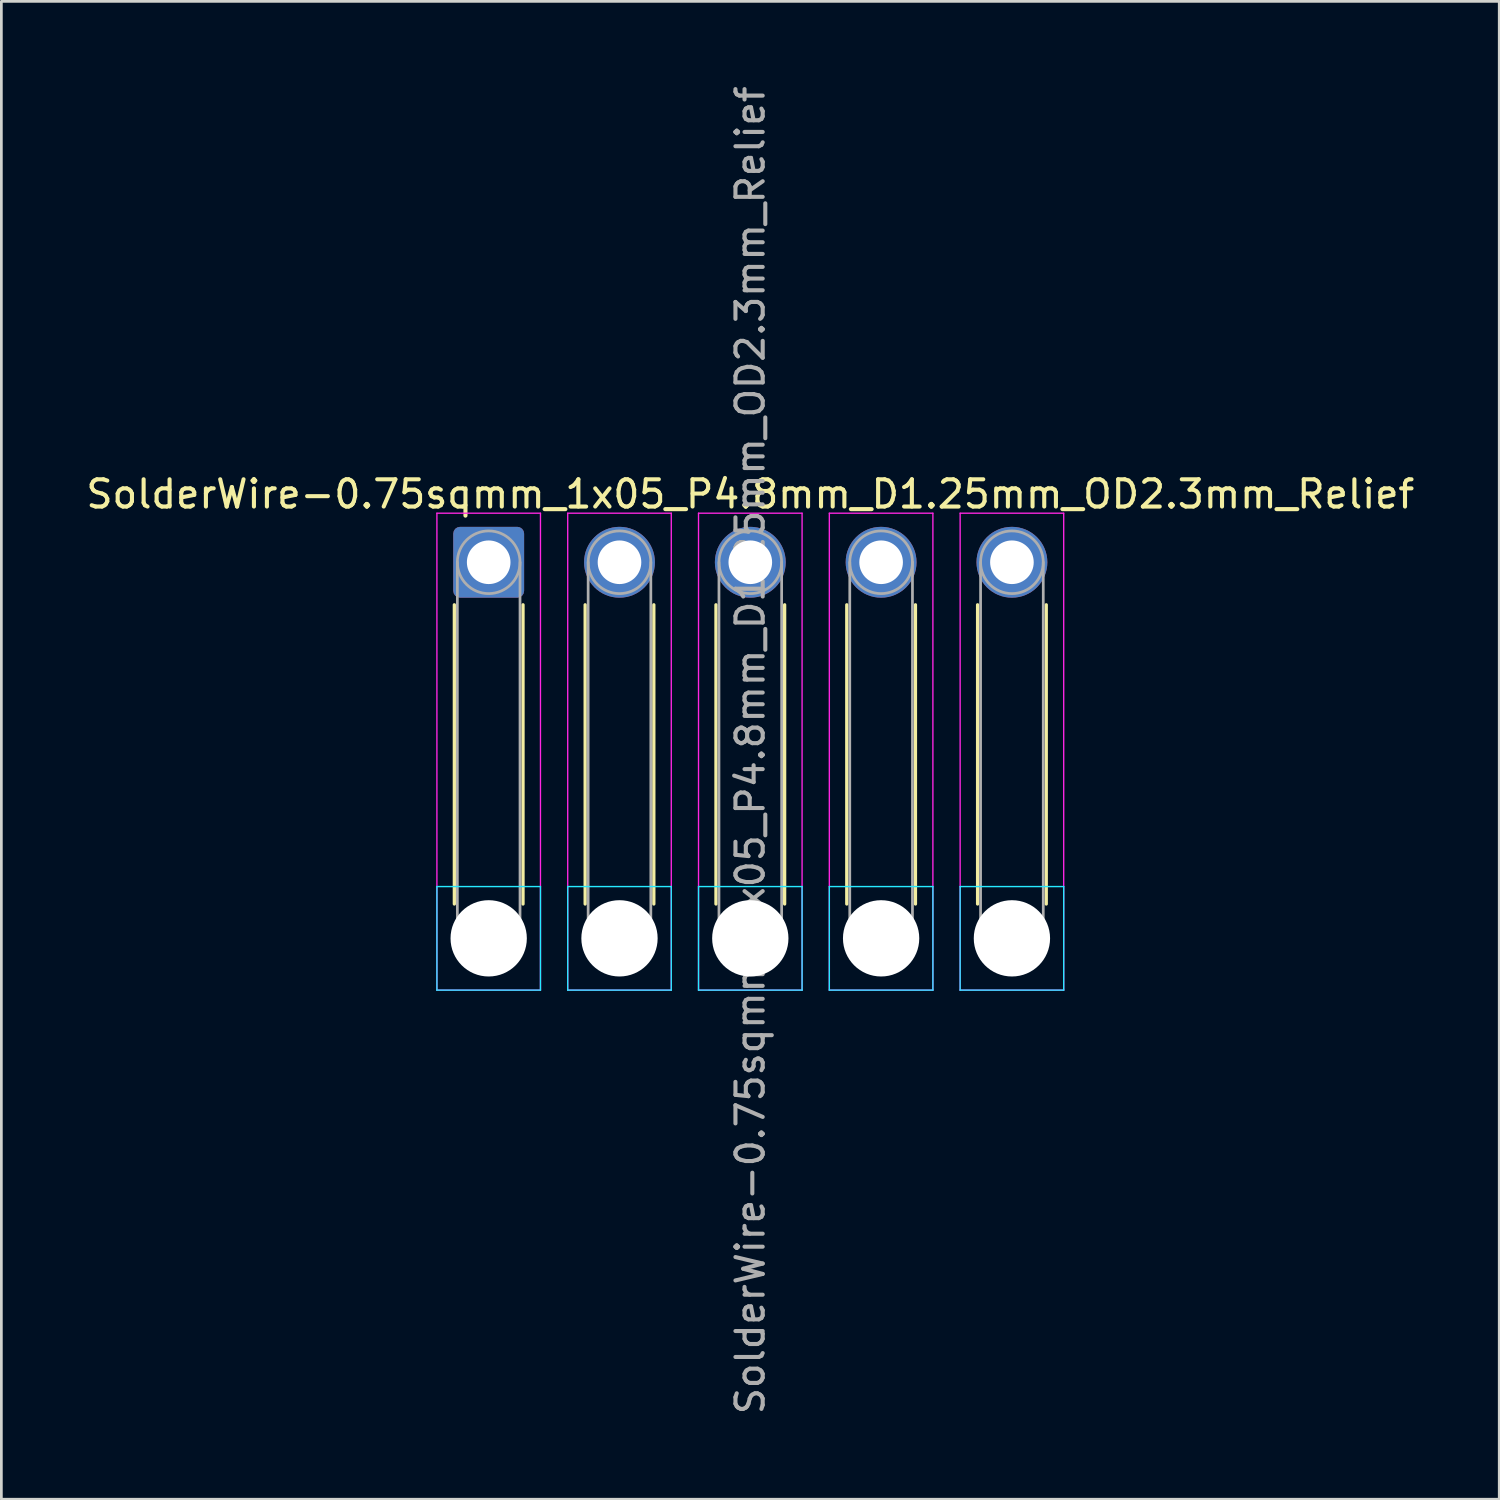
<source format=kicad_pcb>
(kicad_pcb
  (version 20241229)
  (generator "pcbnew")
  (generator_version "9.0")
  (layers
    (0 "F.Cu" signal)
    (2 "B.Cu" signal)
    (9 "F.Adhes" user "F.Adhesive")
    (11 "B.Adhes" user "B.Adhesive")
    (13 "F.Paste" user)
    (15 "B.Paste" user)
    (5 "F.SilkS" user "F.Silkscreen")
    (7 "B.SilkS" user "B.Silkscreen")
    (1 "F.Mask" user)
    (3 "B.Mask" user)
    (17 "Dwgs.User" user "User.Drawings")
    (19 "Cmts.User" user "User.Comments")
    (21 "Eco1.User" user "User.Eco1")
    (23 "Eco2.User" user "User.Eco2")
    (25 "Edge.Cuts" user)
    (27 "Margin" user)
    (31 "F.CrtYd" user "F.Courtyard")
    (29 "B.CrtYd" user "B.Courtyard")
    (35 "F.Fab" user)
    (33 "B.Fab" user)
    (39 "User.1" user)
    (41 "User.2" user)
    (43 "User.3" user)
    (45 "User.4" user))
  (footprint "SolderWire-0.75sqmm_1x05_P4.8mm_D1.25mm_OD2.3mm_Relief"
    (layer "F.Cu")
    (at 14.882 17.582)
    (property "Reference" "SolderWire-0.75sqmm_1x05_P4.8mm_D1.25mm_OD2.3mm_Relief" (at 9.6 -2.5 0) (layer "F.SilkS") (effects (font (size 1 1) (thickness 0.15))))
    (attr exclude_from_pos_files exclude_from_bom)
    (fp_line (start -1.26 1.56) (end -1.26 12.54) (stroke (width 0.12) (type solid)) (layer "F.SilkS"))
    (fp_line (start 1.26 1.56) (end 1.26 12.54) (stroke (width 0.12) (type solid)) (layer "F.SilkS"))
    (fp_line (start 3.54 1.56) (end 3.54 12.54) (stroke (width 0.12) (type solid)) (layer "F.SilkS"))
    (fp_line (start 6.06 1.56) (end 6.06 12.54) (stroke (width 0.12) (type solid)) (layer "F.SilkS"))
    (fp_line (start 8.34 1.56) (end 8.34 12.54) (stroke (width 0.12) (type solid)) (layer "F.SilkS"))
    (fp_line (start 10.86 1.56) (end 10.86 12.54) (stroke (width 0.12) (type solid)) (layer "F.SilkS"))
    (fp_line (start 13.14 1.56) (end 13.14 12.54) (stroke (width 0.12) (type solid)) (layer "F.SilkS"))
    (fp_line (start 15.66 1.56) (end 15.66 12.54) (stroke (width 0.12) (type solid)) (layer "F.SilkS"))
    (fp_line (start 17.94 1.56) (end 17.94 12.54) (stroke (width 0.12) (type solid)) (layer "F.SilkS"))
    (fp_line (start 20.46 1.56) (end 20.46 12.54) (stroke (width 0.12) (type solid)) (layer "F.SilkS"))
    (fp_line (start -1.9 11.9) (end -1.9 15.7) (stroke (width 0.05) (type solid)) (layer "B.CrtYd"))
    (fp_line (start -1.9 15.7) (end 1.9 15.7) (stroke (width 0.05) (type solid)) (layer "B.CrtYd"))
    (fp_line (start 1.9 11.9) (end -1.9 11.9) (stroke (width 0.05) (type solid)) (layer "B.CrtYd"))
    (fp_line (start 1.9 15.7) (end 1.9 11.9) (stroke (width 0.05) (type solid)) (layer "B.CrtYd"))
    (fp_line (start 2.9 11.9) (end 2.9 15.7) (stroke (width 0.05) (type solid)) (layer "B.CrtYd"))
    (fp_line (start 2.9 15.7) (end 6.7 15.7) (stroke (width 0.05) (type solid)) (layer "B.CrtYd"))
    (fp_line (start 6.7 11.9) (end 2.9 11.9) (stroke (width 0.05) (type solid)) (layer "B.CrtYd"))
    (fp_line (start 6.7 15.7) (end 6.7 11.9) (stroke (width 0.05) (type solid)) (layer "B.CrtYd"))
    (fp_line (start 7.7 11.9) (end 7.7 15.7) (stroke (width 0.05) (type solid)) (layer "B.CrtYd"))
    (fp_line (start 7.7 15.7) (end 11.5 15.7) (stroke (width 0.05) (type solid)) (layer "B.CrtYd"))
    (fp_line (start 11.5 11.9) (end 7.7 11.9) (stroke (width 0.05) (type solid)) (layer "B.CrtYd"))
    (fp_line (start 11.5 15.7) (end 11.5 11.9) (stroke (width 0.05) (type solid)) (layer "B.CrtYd"))
    (fp_line (start 12.5 11.9) (end 12.5 15.7) (stroke (width 0.05) (type solid)) (layer "B.CrtYd"))
    (fp_line (start 12.5 15.7) (end 16.3 15.7) (stroke (width 0.05) (type solid)) (layer "B.CrtYd"))
    (fp_line (start 16.3 11.9) (end 12.5 11.9) (stroke (width 0.05) (type solid)) (layer "B.CrtYd"))
    (fp_line (start 16.3 15.7) (end 16.3 11.9) (stroke (width 0.05) (type solid)) (layer "B.CrtYd"))
    (fp_line (start 17.3 11.9) (end 17.3 15.7) (stroke (width 0.05) (type solid)) (layer "B.CrtYd"))
    (fp_line (start 17.3 15.7) (end 21.1 15.7) (stroke (width 0.05) (type solid)) (layer "B.CrtYd"))
    (fp_line (start 21.1 11.9) (end 17.3 11.9) (stroke (width 0.05) (type solid)) (layer "B.CrtYd"))
    (fp_line (start 21.1 15.7) (end 21.1 11.9) (stroke (width 0.05) (type solid)) (layer "B.CrtYd"))
    (fp_line (start -1.9 -1.8) (end -1.9 15.7) (stroke (width 0.05) (type solid)) (layer "F.CrtYd"))
    (fp_line (start -1.9 15.7) (end 1.9 15.7) (stroke (width 0.05) (type solid)) (layer "F.CrtYd"))
    (fp_line (start 1.9 -1.8) (end -1.9 -1.8) (stroke (width 0.05) (type solid)) (layer "F.CrtYd"))
    (fp_line (start 1.9 15.7) (end 1.9 -1.8) (stroke (width 0.05) (type solid)) (layer "F.CrtYd"))
    (fp_line (start 2.9 -1.8) (end 2.9 15.7) (stroke (width 0.05) (type solid)) (layer "F.CrtYd"))
    (fp_line (start 2.9 15.7) (end 6.7 15.7) (stroke (width 0.05) (type solid)) (layer "F.CrtYd"))
    (fp_line (start 6.7 -1.8) (end 2.9 -1.8) (stroke (width 0.05) (type solid)) (layer "F.CrtYd"))
    (fp_line (start 6.7 15.7) (end 6.7 -1.8) (stroke (width 0.05) (type solid)) (layer "F.CrtYd"))
    (fp_line (start 7.7 -1.8) (end 7.7 15.7) (stroke (width 0.05) (type solid)) (layer "F.CrtYd"))
    (fp_line (start 7.7 15.7) (end 11.5 15.7) (stroke (width 0.05) (type solid)) (layer "F.CrtYd"))
    (fp_line (start 11.5 -1.8) (end 7.7 -1.8) (stroke (width 0.05) (type solid)) (layer "F.CrtYd"))
    (fp_line (start 11.5 15.7) (end 11.5 -1.8) (stroke (width 0.05) (type solid)) (layer "F.CrtYd"))
    (fp_line (start 12.5 -1.8) (end 12.5 15.7) (stroke (width 0.05) (type solid)) (layer "F.CrtYd"))
    (fp_line (start 12.5 15.7) (end 16.3 15.7) (stroke (width 0.05) (type solid)) (layer "F.CrtYd"))
    (fp_line (start 16.3 -1.8) (end 12.5 -1.8) (stroke (width 0.05) (type solid)) (layer "F.CrtYd"))
    (fp_line (start 16.3 15.7) (end 16.3 -1.8) (stroke (width 0.05) (type solid)) (layer "F.CrtYd"))
    (fp_line (start 17.3 -1.8) (end 17.3 15.7) (stroke (width 0.05) (type solid)) (layer "F.CrtYd"))
    (fp_line (start 17.3 15.7) (end 21.1 15.7) (stroke (width 0.05) (type solid)) (layer "F.CrtYd"))
    (fp_line (start 21.1 -1.8) (end 17.3 -1.8) (stroke (width 0.05) (type solid)) (layer "F.CrtYd"))
    (fp_line (start 21.1 15.7) (end 21.1 -1.8) (stroke (width 0.05) (type solid)) (layer "F.CrtYd"))
    (fp_line (start -1.15 0) (end -1.15 13.8) (stroke (width 0.1) (type solid)) (layer "F.Fab"))
    (fp_line (start 1.15 0) (end 1.15 13.8) (stroke (width 0.1) (type solid)) (layer "F.Fab"))
    (fp_line (start 3.65 0) (end 3.65 13.8) (stroke (width 0.1) (type solid)) (layer "F.Fab"))
    (fp_line (start 5.95 0) (end 5.95 13.8) (stroke (width 0.1) (type solid)) (layer "F.Fab"))
    (fp_line (start 8.45 0) (end 8.45 13.8) (stroke (width 0.1) (type solid)) (layer "F.Fab"))
    (fp_line (start 10.75 0) (end 10.75 13.8) (stroke (width 0.1) (type solid)) (layer "F.Fab"))
    (fp_line (start 13.25 0) (end 13.25 13.8) (stroke (width 0.1) (type solid)) (layer "F.Fab"))
    (fp_line (start 15.55 0) (end 15.55 13.8) (stroke (width 0.1) (type solid)) (layer "F.Fab"))
    (fp_line (start 18.05 0) (end 18.05 13.8) (stroke (width 0.1) (type solid)) (layer "F.Fab"))
    (fp_line (start 20.35 0) (end 20.35 13.8) (stroke (width 0.1) (type solid)) (layer "F.Fab"))
    (fp_circle (center 0 0) (end 1.15 0) (stroke (width 0.1) (type solid)) (fill no) (layer "F.Fab"))
    (fp_circle (center 0 13.8) (end 1.15 13.8) (stroke (width 0.1) (type solid)) (fill no) (layer "F.Fab"))
    (fp_circle (center 4.8 0) (end 5.95 0) (stroke (width 0.1) (type solid)) (fill no) (layer "F.Fab"))
    (fp_circle (center 4.8 13.8) (end 5.95 13.8) (stroke (width 0.1) (type solid)) (fill no) (layer "F.Fab"))
    (fp_circle (center 9.6 0) (end 10.75 0) (stroke (width 0.1) (type solid)) (fill no) (layer "F.Fab"))
    (fp_circle (center 9.6 13.8) (end 10.75 13.8) (stroke (width 0.1) (type solid)) (fill no) (layer "F.Fab"))
    (fp_circle (center 14.4 0) (end 15.55 0) (stroke (width 0.1) (type solid)) (fill no) (layer "F.Fab"))
    (fp_circle (center 14.4 13.8) (end 15.55 13.8) (stroke (width 0.1) (type solid)) (fill no) (layer "F.Fab"))
    (fp_circle (center 19.2 0) (end 20.35 0) (stroke (width 0.1) (type solid)) (fill no) (layer "F.Fab"))
    (fp_circle (center 19.2 13.8) (end 20.35 13.8) (stroke (width 0.1) (type solid)) (fill no) (layer "F.Fab"))
    (fp_text user "${REFERENCE}" (at 9.6 6.9 90) (layer "F.Fab") (effects (font (size 1 1) (thickness 0.15))))
    (pad "" np_thru_hole circle (at 0 13.8) (size 2.8 2.8) (drill 2.8) (layers "*.Cu" "*.Mask"))
    (pad "" np_thru_hole circle (at 4.8 13.8) (size 2.8 2.8) (drill 2.8) (layers "*.Cu" "*.Mask"))
    (pad "" np_thru_hole circle (at 9.6 13.8) (size 2.8 2.8) (drill 2.8) (layers "*.Cu" "*.Mask"))
    (pad "" np_thru_hole circle (at 14.4 13.8) (size 2.8 2.8) (drill 2.8) (layers "*.Cu" "*.Mask"))
    (pad "" np_thru_hole circle (at 19.2 13.8) (size 2.8 2.8) (drill 2.8) (layers "*.Cu" "*.Mask"))
    (pad "1" thru_hole roundrect (at 0 0) (size 2.6 2.6) (drill 1.6) (layers "*.Cu" "*.Mask") (roundrect_rratio 0.096))
    (pad "2" thru_hole circle (at 4.8 0) (size 2.6 2.6) (drill 1.6) (layers "*.Cu" "*.Mask"))
    (pad "3" thru_hole circle (at 9.6 0) (size 2.6 2.6) (drill 1.6) (layers "*.Cu" "*.Mask"))
    (pad "4" thru_hole circle (at 14.4 0) (size 2.6 2.6) (drill 1.6) (layers "*.Cu" "*.Mask"))
    (pad "5" thru_hole circle (at 19.2 0) (size 2.6 2.6) (drill 1.6) (layers "*.Cu" "*.Mask")))
  (gr_rect
    (start -3 -3)
    (end 51.964 51.964)
    (stroke (width 0.1) (type default))
    (fill no)
    (layer "Edge.Cuts")))
</source>
